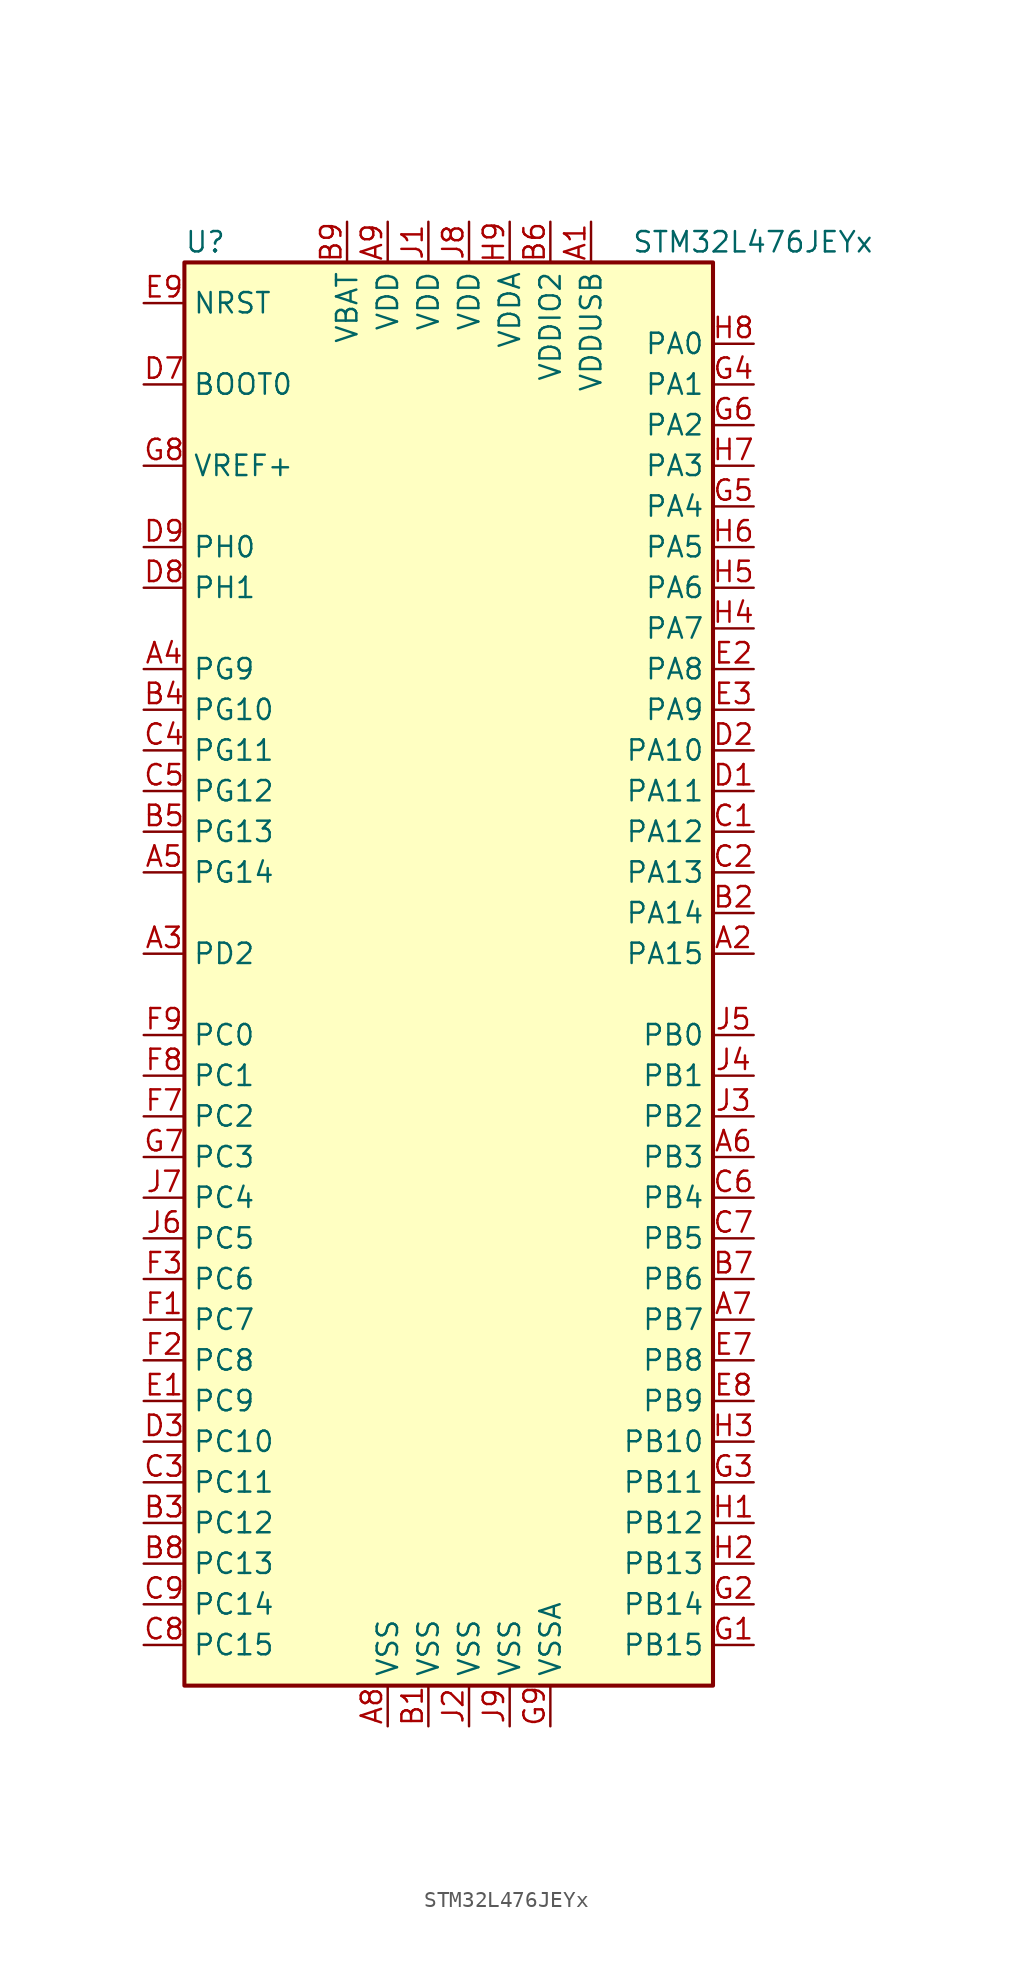
<source format=kicad_sym>
(kicad_symbol_lib
  (version 20201005)
  (generator kicad_symbol_editor)
  (symbol "STM32L476JEYx"
    (property "Reference" "U"
      (at -17.78 44.45 0)
      (effects (font (size 1.27 1.27)) (justify left)))
    (property "Value" "STM32L476JEYx"
      (at 10.16 44.45 0)
      (effects (font (size 1.27 1.27)) (justify left)))
    (symbol "STM32L476JEYx_0_1"
      (rectangle (start -17.78 -45.72) (end 15.24 43.18) (stroke (width 0.254)) (fill (type background))))
    (symbol "STM32L476JEYx_1_1"
      (pin input line (at -20.32 35.56 0) (length 2.54) (name "BOOT0" (effects (font (size 1.27 1.27)))) (number "D7" (effects (font (size 1.27 1.27)))))
      (pin input line (at -20.32 40.64 0) (length 2.54) (name "NRST" (effects (font (size 1.27 1.27)))) (number "E9" (effects (font (size 1.27 1.27)))))
      (pin bidirectional line (at 17.78 38.1 180) (length 2.54) (name "PA0" (effects (font (size 1.27 1.27)))) (number "H8" (effects (font (size 1.27 1.27)))))
      (pin bidirectional line (at 17.78 35.56 180) (length 2.54) (name "PA1" (effects (font (size 1.27 1.27)))) (number "G4" (effects (font (size 1.27 1.27)))))
      (pin bidirectional line (at 17.78 12.7 180) (length 2.54) (name "PA10" (effects (font (size 1.27 1.27)))) (number "D2" (effects (font (size 1.27 1.27)))))
      (pin bidirectional line (at 17.78 10.16 180) (length 2.54) (name "PA11" (effects (font (size 1.27 1.27)))) (number "D1" (effects (font (size 1.27 1.27)))))
      (pin bidirectional line (at 17.78 7.62 180) (length 2.54) (name "PA12" (effects (font (size 1.27 1.27)))) (number "C1" (effects (font (size 1.27 1.27)))))
      (pin bidirectional line (at 17.78 5.08 180) (length 2.54) (name "PA13" (effects (font (size 1.27 1.27)))) (number "C2" (effects (font (size 1.27 1.27)))))
      (pin bidirectional line (at 17.78 2.54 180) (length 2.54) (name "PA14" (effects (font (size 1.27 1.27)))) (number "B2" (effects (font (size 1.27 1.27)))))
      (pin bidirectional line (at 17.78 0 180) (length 2.54) (name "PA15" (effects (font (size 1.27 1.27)))) (number "A2" (effects (font (size 1.27 1.27)))))
      (pin bidirectional line (at 17.78 33.02 180) (length 2.54) (name "PA2" (effects (font (size 1.27 1.27)))) (number "G6" (effects (font (size 1.27 1.27)))))
      (pin bidirectional line (at 17.78 30.48 180) (length 2.54) (name "PA3" (effects (font (size 1.27 1.27)))) (number "H7" (effects (font (size 1.27 1.27)))))
      (pin bidirectional line (at 17.78 27.94 180) (length 2.54) (name "PA4" (effects (font (size 1.27 1.27)))) (number "G5" (effects (font (size 1.27 1.27)))))
      (pin bidirectional line (at 17.78 25.4 180) (length 2.54) (name "PA5" (effects (font (size 1.27 1.27)))) (number "H6" (effects (font (size 1.27 1.27)))))
      (pin bidirectional line (at 17.78 22.86 180) (length 2.54) (name "PA6" (effects (font (size 1.27 1.27)))) (number "H5" (effects (font (size 1.27 1.27)))))
      (pin bidirectional line (at 17.78 20.32 180) (length 2.54) (name "PA7" (effects (font (size 1.27 1.27)))) (number "H4" (effects (font (size 1.27 1.27)))))
      (pin bidirectional line (at 17.78 17.78 180) (length 2.54) (name "PA8" (effects (font (size 1.27 1.27)))) (number "E2" (effects (font (size 1.27 1.27)))))
      (pin bidirectional line (at 17.78 15.24 180) (length 2.54) (name "PA9" (effects (font (size 1.27 1.27)))) (number "E3" (effects (font (size 1.27 1.27)))))
      (pin bidirectional line (at 17.78 -5.08 180) (length 2.54) (name "PB0" (effects (font (size 1.27 1.27)))) (number "J5" (effects (font (size 1.27 1.27)))))
      (pin bidirectional line (at 17.78 -7.62 180) (length 2.54) (name "PB1" (effects (font (size 1.27 1.27)))) (number "J4" (effects (font (size 1.27 1.27)))))
      (pin bidirectional line (at 17.78 -30.48 180) (length 2.54) (name "PB10" (effects (font (size 1.27 1.27)))) (number "H3" (effects (font (size 1.27 1.27)))))
      (pin bidirectional line (at 17.78 -33.02 180) (length 2.54) (name "PB11" (effects (font (size 1.27 1.27)))) (number "G3" (effects (font (size 1.27 1.27)))))
      (pin bidirectional line (at 17.78 -35.56 180) (length 2.54) (name "PB12" (effects (font (size 1.27 1.27)))) (number "H1" (effects (font (size 1.27 1.27)))))
      (pin bidirectional line (at 17.78 -38.1 180) (length 2.54) (name "PB13" (effects (font (size 1.27 1.27)))) (number "H2" (effects (font (size 1.27 1.27)))))
      (pin bidirectional line (at 17.78 -40.64 180) (length 2.54) (name "PB14" (effects (font (size 1.27 1.27)))) (number "G2" (effects (font (size 1.27 1.27)))))
      (pin bidirectional line (at 17.78 -43.18 180) (length 2.54) (name "PB15" (effects (font (size 1.27 1.27)))) (number "G1" (effects (font (size 1.27 1.27)))))
      (pin bidirectional line (at 17.78 -10.16 180) (length 2.54) (name "PB2" (effects (font (size 1.27 1.27)))) (number "J3" (effects (font (size 1.27 1.27)))))
      (pin bidirectional line (at 17.78 -12.7 180) (length 2.54) (name "PB3" (effects (font (size 1.27 1.27)))) (number "A6" (effects (font (size 1.27 1.27)))))
      (pin bidirectional line (at 17.78 -15.24 180) (length 2.54) (name "PB4" (effects (font (size 1.27 1.27)))) (number "C6" (effects (font (size 1.27 1.27)))))
      (pin bidirectional line (at 17.78 -17.78 180) (length 2.54) (name "PB5" (effects (font (size 1.27 1.27)))) (number "C7" (effects (font (size 1.27 1.27)))))
      (pin bidirectional line (at 17.78 -20.32 180) (length 2.54) (name "PB6" (effects (font (size 1.27 1.27)))) (number "B7" (effects (font (size 1.27 1.27)))))
      (pin bidirectional line (at 17.78 -22.86 180) (length 2.54) (name "PB7" (effects (font (size 1.27 1.27)))) (number "A7" (effects (font (size 1.27 1.27)))))
      (pin bidirectional line (at 17.78 -25.4 180) (length 2.54) (name "PB8" (effects (font (size 1.27 1.27)))) (number "E7" (effects (font (size 1.27 1.27)))))
      (pin bidirectional line (at 17.78 -27.94 180) (length 2.54) (name "PB9" (effects (font (size 1.27 1.27)))) (number "E8" (effects (font (size 1.27 1.27)))))
      (pin bidirectional line (at -20.32 -5.08 0) (length 2.54) (name "PC0" (effects (font (size 1.27 1.27)))) (number "F9" (effects (font (size 1.27 1.27)))))
      (pin bidirectional line (at -20.32 -7.62 0) (length 2.54) (name "PC1" (effects (font (size 1.27 1.27)))) (number "F8" (effects (font (size 1.27 1.27)))))
      (pin bidirectional line (at -20.32 -30.48 0) (length 2.54) (name "PC10" (effects (font (size 1.27 1.27)))) (number "D3" (effects (font (size 1.27 1.27)))))
      (pin bidirectional line (at -20.32 -33.02 0) (length 2.54) (name "PC11" (effects (font (size 1.27 1.27)))) (number "C3" (effects (font (size 1.27 1.27)))))
      (pin bidirectional line (at -20.32 -35.56 0) (length 2.54) (name "PC12" (effects (font (size 1.27 1.27)))) (number "B3" (effects (font (size 1.27 1.27)))))
      (pin bidirectional line (at -20.32 -38.1 0) (length 2.54) (name "PC13" (effects (font (size 1.27 1.27)))) (number "B8" (effects (font (size 1.27 1.27)))))
      (pin bidirectional line (at -20.32 -40.64 0) (length 2.54) (name "PC14" (effects (font (size 1.27 1.27)))) (number "C9" (effects (font (size 1.27 1.27)))))
      (pin bidirectional line (at -20.32 -43.18 0) (length 2.54) (name "PC15" (effects (font (size 1.27 1.27)))) (number "C8" (effects (font (size 1.27 1.27)))))
      (pin bidirectional line (at -20.32 -10.16 0) (length 2.54) (name "PC2" (effects (font (size 1.27 1.27)))) (number "F7" (effects (font (size 1.27 1.27)))))
      (pin bidirectional line (at -20.32 -12.7 0) (length 2.54) (name "PC3" (effects (font (size 1.27 1.27)))) (number "G7" (effects (font (size 1.27 1.27)))))
      (pin bidirectional line (at -20.32 -15.24 0) (length 2.54) (name "PC4" (effects (font (size 1.27 1.27)))) (number "J7" (effects (font (size 1.27 1.27)))))
      (pin bidirectional line (at -20.32 -17.78 0) (length 2.54) (name "PC5" (effects (font (size 1.27 1.27)))) (number "J6" (effects (font (size 1.27 1.27)))))
      (pin bidirectional line (at -20.32 -20.32 0) (length 2.54) (name "PC6" (effects (font (size 1.27 1.27)))) (number "F3" (effects (font (size 1.27 1.27)))))
      (pin bidirectional line (at -20.32 -22.86 0) (length 2.54) (name "PC7" (effects (font (size 1.27 1.27)))) (number "F1" (effects (font (size 1.27 1.27)))))
      (pin bidirectional line (at -20.32 -25.4 0) (length 2.54) (name "PC8" (effects (font (size 1.27 1.27)))) (number "F2" (effects (font (size 1.27 1.27)))))
      (pin bidirectional line (at -20.32 -27.94 0) (length 2.54) (name "PC9" (effects (font (size 1.27 1.27)))) (number "E1" (effects (font (size 1.27 1.27)))))
      (pin bidirectional line (at -20.32 0 0) (length 2.54) (name "PD2" (effects (font (size 1.27 1.27)))) (number "A3" (effects (font (size 1.27 1.27)))))
      (pin bidirectional line (at -20.32 15.24 0) (length 2.54) (name "PG10" (effects (font (size 1.27 1.27)))) (number "B4" (effects (font (size 1.27 1.27)))))
      (pin bidirectional line (at -20.32 12.7 0) (length 2.54) (name "PG11" (effects (font (size 1.27 1.27)))) (number "C4" (effects (font (size 1.27 1.27)))))
      (pin bidirectional line (at -20.32 10.16 0) (length 2.54) (name "PG12" (effects (font (size 1.27 1.27)))) (number "C5" (effects (font (size 1.27 1.27)))))
      (pin bidirectional line (at -20.32 7.62 0) (length 2.54) (name "PG13" (effects (font (size 1.27 1.27)))) (number "B5" (effects (font (size 1.27 1.27)))))
      (pin bidirectional line (at -20.32 5.08 0) (length 2.54) (name "PG14" (effects (font (size 1.27 1.27)))) (number "A5" (effects (font (size 1.27 1.27)))))
      (pin bidirectional line (at -20.32 17.78 0) (length 2.54) (name "PG9" (effects (font (size 1.27 1.27)))) (number "A4" (effects (font (size 1.27 1.27)))))
      (pin input line (at -20.32 25.4 0) (length 2.54) (name "PH0" (effects (font (size 1.27 1.27)))) (number "D9" (effects (font (size 1.27 1.27)))))
      (pin input line (at -20.32 22.86 0) (length 2.54) (name "PH1" (effects (font (size 1.27 1.27)))) (number "D8" (effects (font (size 1.27 1.27)))))
      (pin power_in line (at -7.62 45.72 270) (length 2.54) (name "VBAT" (effects (font (size 1.27 1.27)))) (number "B9" (effects (font (size 1.27 1.27)))))
      (pin power_in line (at -5.08 45.72 270) (length 2.54) (name "VDD" (effects (font (size 1.27 1.27)))) (number "A9" (effects (font (size 1.27 1.27)))))
      (pin power_in line (at -2.54 45.72 270) (length 2.54) (name "VDD" (effects (font (size 1.27 1.27)))) (number "J1" (effects (font (size 1.27 1.27)))))
      (pin power_in line (at 0 45.72 270) (length 2.54) (name "VDD" (effects (font (size 1.27 1.27)))) (number "J8" (effects (font (size 1.27 1.27)))))
      (pin power_in line (at 2.54 45.72 270) (length 2.54) (name "VDDA" (effects (font (size 1.27 1.27)))) (number "H9" (effects (font (size 1.27 1.27)))))
      (pin power_in line (at 5.08 45.72 270) (length 2.54) (name "VDDIO2" (effects (font (size 1.27 1.27)))) (number "B6" (effects (font (size 1.27 1.27)))))
      (pin power_in line (at 7.62 45.72 270) (length 2.54) (name "VDDUSB" (effects (font (size 1.27 1.27)))) (number "A1" (effects (font (size 1.27 1.27)))))
      (pin bidirectional line (at -20.32 30.48 0) (length 2.54) (name "VREF+" (effects (font (size 1.27 1.27)))) (number "G8" (effects (font (size 1.27 1.27)))))
      (pin power_in line (at -5.08 -48.26 90) (length 2.54) (name "VSS" (effects (font (size 1.27 1.27)))) (number "A8" (effects (font (size 1.27 1.27)))))
      (pin power_in line (at -2.54 -48.26 90) (length 2.54) (name "VSS" (effects (font (size 1.27 1.27)))) (number "B1" (effects (font (size 1.27 1.27)))))
      (pin power_in line (at 0 -48.26 90) (length 2.54) (name "VSS" (effects (font (size 1.27 1.27)))) (number "J2" (effects (font (size 1.27 1.27)))))
      (pin power_in line (at 2.54 -48.26 90) (length 2.54) (name "VSS" (effects (font (size 1.27 1.27)))) (number "J9" (effects (font (size 1.27 1.27)))))
      (pin power_in line (at 5.08 -48.26 90) (length 2.54) (name "VSSA" (effects (font (size 1.27 1.27)))) (number "G9" (effects (font (size 1.27 1.27))))))))
</source>
